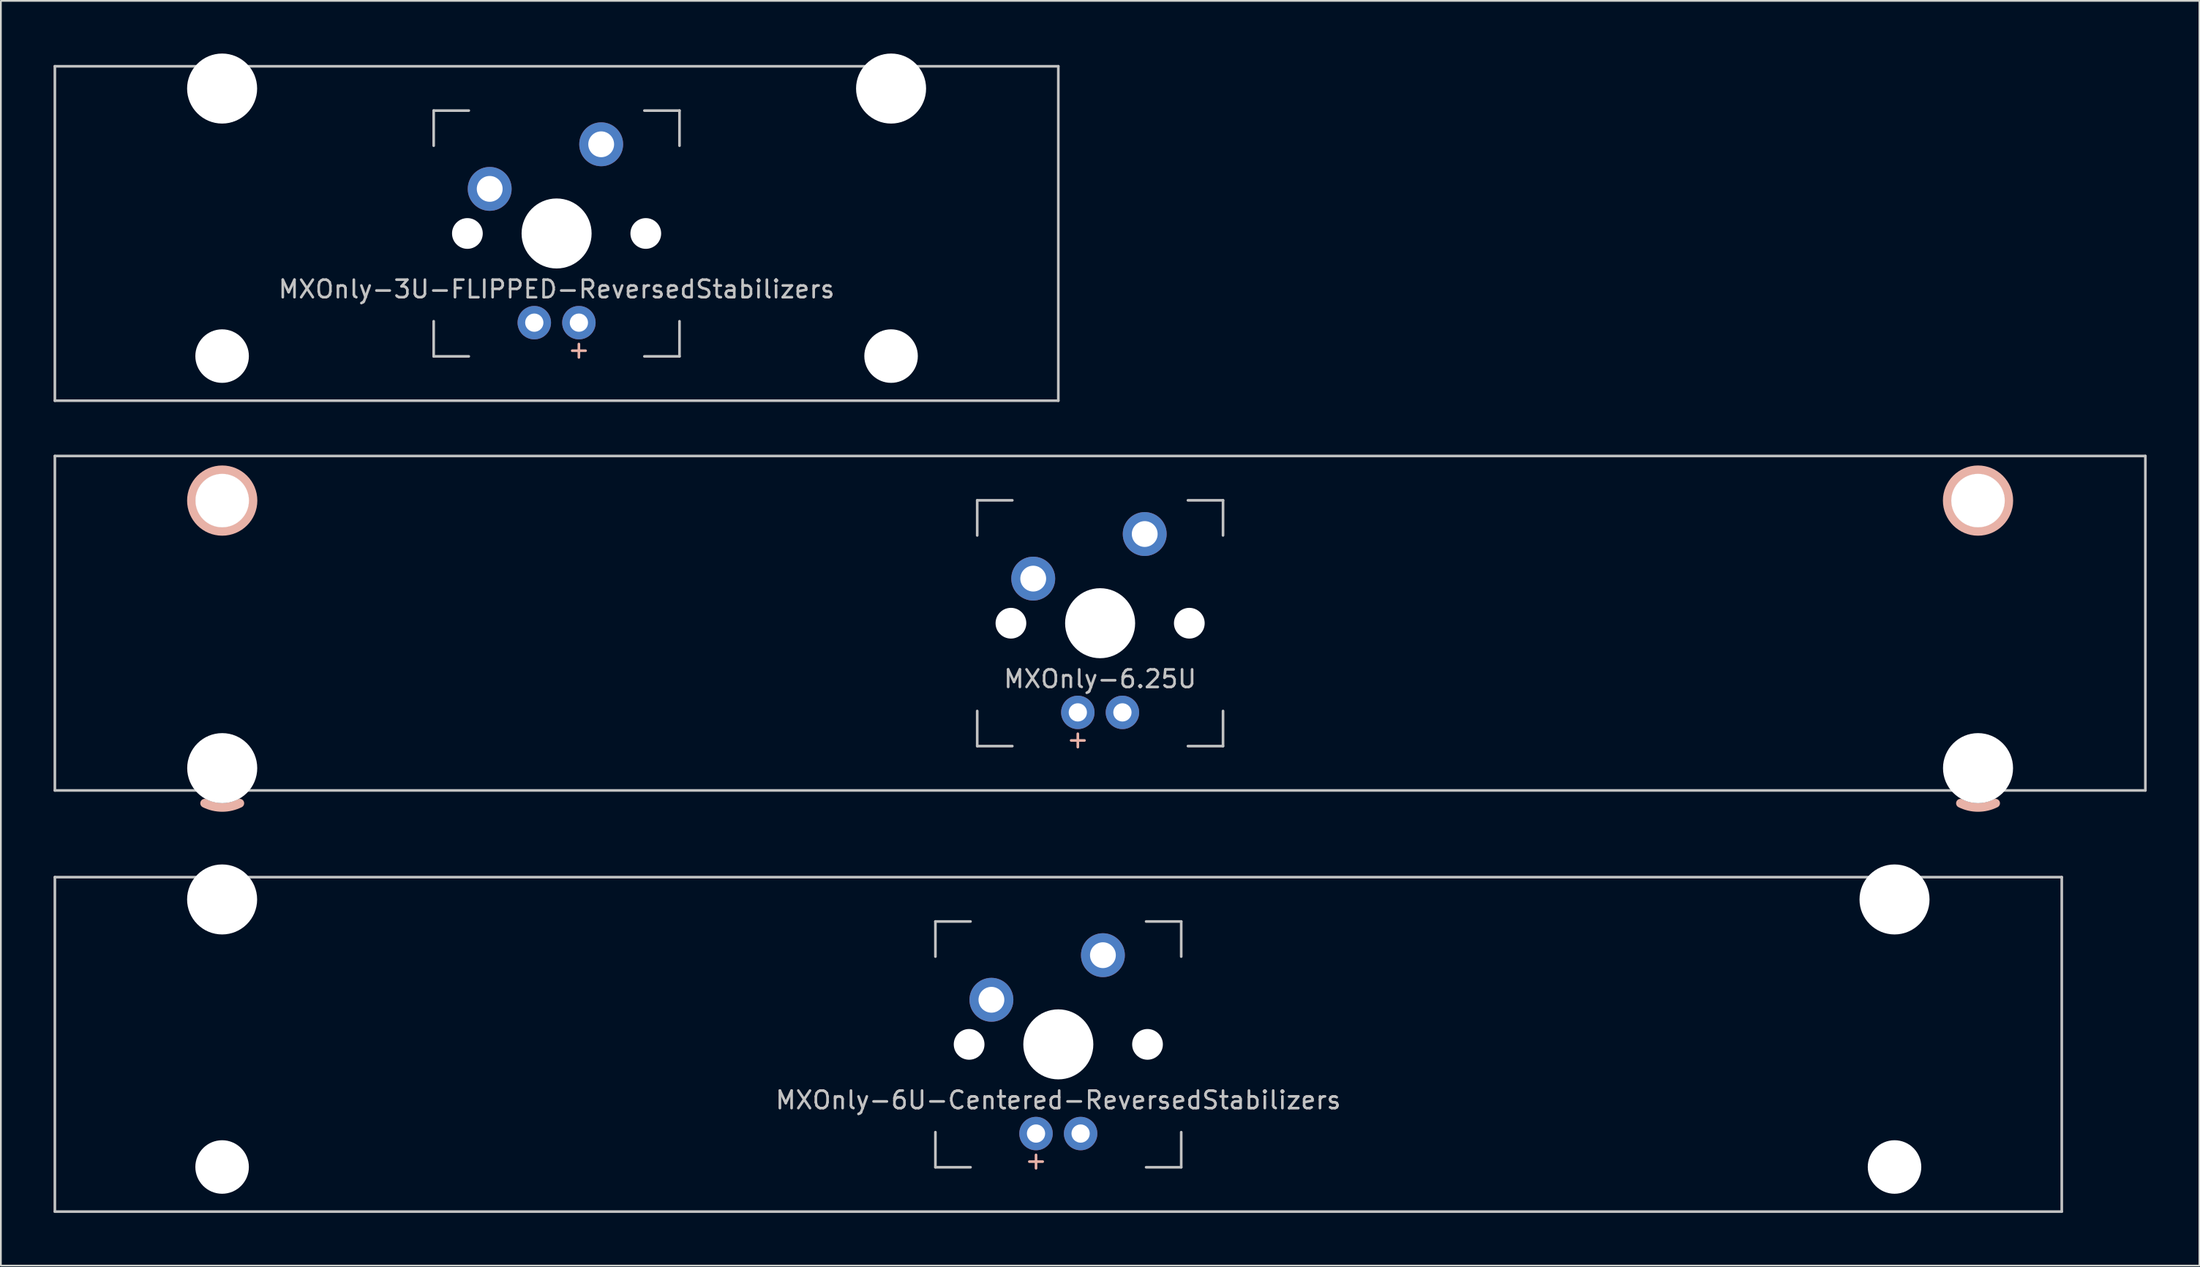
<source format=kicad_pcb>
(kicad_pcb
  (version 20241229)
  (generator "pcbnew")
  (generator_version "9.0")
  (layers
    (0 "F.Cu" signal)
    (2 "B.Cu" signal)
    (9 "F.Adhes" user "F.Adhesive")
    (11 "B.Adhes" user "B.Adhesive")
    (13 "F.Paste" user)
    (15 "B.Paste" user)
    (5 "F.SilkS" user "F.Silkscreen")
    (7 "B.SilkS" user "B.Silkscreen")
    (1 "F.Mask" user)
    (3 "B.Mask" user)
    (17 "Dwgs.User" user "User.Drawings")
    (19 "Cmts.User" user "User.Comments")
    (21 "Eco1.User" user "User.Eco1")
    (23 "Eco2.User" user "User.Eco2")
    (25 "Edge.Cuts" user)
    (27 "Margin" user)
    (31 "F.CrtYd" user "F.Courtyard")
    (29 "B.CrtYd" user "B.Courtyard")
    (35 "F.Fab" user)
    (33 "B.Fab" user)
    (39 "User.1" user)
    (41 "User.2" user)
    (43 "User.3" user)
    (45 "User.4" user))
  (footprint "MXOnly-6U-Centered-ReversedStabilizers"
    (layer "F.Cu")
    (at 57.225 56.439)
    (property "Reference" "MXOnly-6U-Centered-ReversedStabilizers" (at 0 3.175 0) (layer "Dwgs.User") (effects (font (size 1 1) (thickness 0.15))))
    (attr through_hole)
    (fp_line (start -57.15 -9.525) (end 57.15 -9.525) (stroke (width 0.15) (type solid)) (layer "Dwgs.User"))
    (fp_line (start -57.15 9.525) (end -57.15 -9.525) (stroke (width 0.15) (type solid)) (layer "Dwgs.User"))
    (fp_line (start -57.15 9.525) (end 57.15 9.525) (stroke (width 0.15) (type solid)) (layer "Dwgs.User"))
    (fp_line (start -7 -7) (end -7 -5) (stroke (width 0.15) (type solid)) (layer "Dwgs.User"))
    (fp_line (start -7 5) (end -7 7) (stroke (width 0.15) (type solid)) (layer "Dwgs.User"))
    (fp_line (start -7 7) (end -5 7) (stroke (width 0.15) (type solid)) (layer "Dwgs.User"))
    (fp_line (start -5 -7) (end -7 -7) (stroke (width 0.15) (type solid)) (layer "Dwgs.User"))
    (fp_line (start 5 -7) (end 7 -7) (stroke (width 0.15) (type solid)) (layer "Dwgs.User"))
    (fp_line (start 5 7) (end 7 7) (stroke (width 0.15) (type solid)) (layer "Dwgs.User"))
    (fp_line (start 7 -7) (end 7 -5) (stroke (width 0.15) (type solid)) (layer "Dwgs.User"))
    (fp_line (start 7 7) (end 7 5) (stroke (width 0.15) (type solid)) (layer "Dwgs.User"))
    (fp_line (start 57.15 -9.525) (end 57.15 9.525) (stroke (width 0.15) (type solid)) (layer "Dwgs.User"))
    (fp_text user "+" (at -1.27 6.604 0) (layer "B.SilkS") (effects (font (size 1 1) (thickness 0.15))))
    (pad "" np_thru_hole circle (at -47.625 -8.255) (size 3.988 3.988) (drill 3.988) (layers "*.Cu" "*.Mask"))
    (pad "" np_thru_hole circle (at -47.625 6.985) (size 3.048 3.048) (drill 3.048) (layers "*.Cu" "*.Mask"))
    (pad "" np_thru_hole circle (at -5.08 0 48.1) (size 1.75 1.75) (drill 1.75) (layers "*.Cu" "*.Mask"))
    (pad "" np_thru_hole circle (at 0 0) (size 3.988 3.988) (drill 3.988) (layers "*.Cu" "*.Mask"))
    (pad "" np_thru_hole circle (at 5.08 0 48.1) (size 1.75 1.75) (drill 1.75) (layers "*.Cu" "*.Mask"))
    (pad "" np_thru_hole circle (at 47.625 -8.255) (size 3.988 3.988) (drill 3.988) (layers "*.Cu" "*.Mask"))
    (pad "" np_thru_hole circle (at 47.625 6.985) (size 3.048 3.048) (drill 3.048) (layers "*.Cu" "*.Mask"))
    (pad "1" thru_hole circle (at -3.81 -2.54) (size 2.5 2.5) (drill 1.47) (layers "*.Cu" "*.Mask"))
    (pad "2" thru_hole circle (at 2.54 -5.08) (size 2.5 2.5) (drill 1.47) (layers "*.Cu" "*.Mask"))
    (pad "3" thru_hole circle (at -1.27 5.08) (size 1.905 1.905) (drill 1.04) (layers "*.Cu" "*.Mask"))
    (pad "4" thru_hole circle (at 1.27 5.08) (size 1.905 1.905) (drill 1.04) (layers "*.Cu" "*.Mask")))
  (footprint "MXOnly-6.25U"
    (layer "F.Cu")
    (at 59.606 32.449)
    (property "Reference" "MXOnly-6.25U" (at 0 3.175 0) (layer "Dwgs.User") (effects (font (size 1 1) (thickness 0.15))))
    (attr through_hole)
    (fp_arc (start -48.9999 10.255) (mid -49.999313 10.491068) (end -50.998849 10.255525) (stroke (width 0.5) (type solid)) (layer "B.SilkS"))
    (fp_arc (start 50.9999 10.255) (mid 50.000487 10.491068) (end 49.000951 10.255525) (stroke (width 0.5) (type solid)) (layer "B.SilkS"))
    (fp_circle (center -50 -6.985) (end -48.25 -6.985) (stroke (width 0.5) (type solid)) (fill no) (layer "B.SilkS"))
    (fp_circle (center 50 -6.985) (end 51.75 -6.985) (stroke (width 0.5) (type solid)) (fill no) (layer "B.SilkS"))
    (fp_line (start -59.531 -9.525) (end 59.531 -9.525) (stroke (width 0.15) (type solid)) (layer "Dwgs.User"))
    (fp_line (start -59.531 9.525) (end -59.531 -9.525) (stroke (width 0.15) (type solid)) (layer "Dwgs.User"))
    (fp_line (start -59.531 9.525) (end 59.531 9.525) (stroke (width 0.15) (type solid)) (layer "Dwgs.User"))
    (fp_line (start -7 -7) (end -7 -5) (stroke (width 0.15) (type solid)) (layer "Dwgs.User"))
    (fp_line (start -7 5) (end -7 7) (stroke (width 0.15) (type solid)) (layer "Dwgs.User"))
    (fp_line (start -7 7) (end -5 7) (stroke (width 0.15) (type solid)) (layer "Dwgs.User"))
    (fp_line (start -5 -7) (end -7 -7) (stroke (width 0.15) (type solid)) (layer "Dwgs.User"))
    (fp_line (start 5 -7) (end 7 -7) (stroke (width 0.15) (type solid)) (layer "Dwgs.User"))
    (fp_line (start 5 7) (end 7 7) (stroke (width 0.15) (type solid)) (layer "Dwgs.User"))
    (fp_line (start 7 -7) (end 7 -5) (stroke (width 0.15) (type solid)) (layer "Dwgs.User"))
    (fp_line (start 7 7) (end 7 5) (stroke (width 0.15) (type solid)) (layer "Dwgs.User"))
    (fp_line (start 59.531 -9.525) (end 59.531 9.525) (stroke (width 0.15) (type solid)) (layer "Dwgs.User"))
    (fp_text user "+" (at -1.27 6.604 0) (layer "B.SilkS") (effects (font (size 1 1) (thickness 0.15))))
    (pad "" np_thru_hole circle (at -50 -6.985) (size 3.048 3.048) (drill 3.048) (layers "*.Cu" "*.Mask"))
    (pad "" np_thru_hole circle (at -50 8.255) (size 3.988 3.988) (drill 3.988) (layers "*.Cu" "*.Mask"))
    (pad "" np_thru_hole circle (at -5.08 0 48.1) (size 1.75 1.75) (drill 1.75) (layers "*.Cu" "*.Mask"))
    (pad "" np_thru_hole circle (at 0 0) (size 3.988 3.988) (drill 3.988) (layers "*.Cu" "*.Mask"))
    (pad "" np_thru_hole circle (at 5.08 0 48.1) (size 1.75 1.75) (drill 1.75) (layers "*.Cu" "*.Mask"))
    (pad "" np_thru_hole circle (at 50 -6.985) (size 3.048 3.048) (drill 3.048) (layers "*.Cu" "*.Mask"))
    (pad "" np_thru_hole circle (at 50 8.255) (size 3.988 3.988) (drill 3.988) (layers "*.Cu" "*.Mask"))
    (pad "1" thru_hole circle (at -3.81 -2.54) (size 2.5 2.5) (drill 1.47) (layers "*.Cu" "*.Mask"))
    (pad "2" thru_hole circle (at 2.54 -5.08) (size 2.5 2.5) (drill 1.47) (layers "*.Cu" "*.Mask"))
    (pad "3" thru_hole circle (at -1.27 5.08) (size 1.905 1.905) (drill 1.04) (layers "*.Cu" "*.Mask"))
    (pad "4" thru_hole circle (at 1.27 5.08) (size 1.905 1.905) (drill 1.04) (layers "*.Cu" "*.Mask")))
  (footprint "MXOnly-3U-FLIPPED-ReversedStabilizers"
    (layer "F.Cu")
    (at 28.65 10.249)
    (property "Reference" "MXOnly-3U-FLIPPED-ReversedStabilizers" (at 0 3.175 0) (layer "Dwgs.User") (effects (font (size 1 1) (thickness 0.15))))
    (attr through_hole)
    (fp_line (start -28.575 -9.525) (end 28.575 -9.525) (stroke (width 0.15) (type solid)) (layer "Dwgs.User"))
    (fp_line (start -28.575 9.525) (end -28.575 -9.525) (stroke (width 0.15) (type solid)) (layer "Dwgs.User"))
    (fp_line (start -28.575 9.525) (end 28.575 9.525) (stroke (width 0.15) (type solid)) (layer "Dwgs.User"))
    (fp_line (start -7 -7) (end -7 -5) (stroke (width 0.15) (type solid)) (layer "Dwgs.User"))
    (fp_line (start -7 5) (end -7 7) (stroke (width 0.15) (type solid)) (layer "Dwgs.User"))
    (fp_line (start -7 7) (end -5 7) (stroke (width 0.15) (type solid)) (layer "Dwgs.User"))
    (fp_line (start -5 -7) (end -7 -7) (stroke (width 0.15) (type solid)) (layer "Dwgs.User"))
    (fp_line (start 5 -7) (end 7 -7) (stroke (width 0.15) (type solid)) (layer "Dwgs.User"))
    (fp_line (start 5 7) (end 7 7) (stroke (width 0.15) (type solid)) (layer "Dwgs.User"))
    (fp_line (start 7 -7) (end 7 -5) (stroke (width 0.15) (type solid)) (layer "Dwgs.User"))
    (fp_line (start 7 7) (end 7 5) (stroke (width 0.15) (type solid)) (layer "Dwgs.User"))
    (fp_line (start 28.575 -9.525) (end 28.575 9.525) (stroke (width 0.15) (type solid)) (layer "Dwgs.User"))
    (fp_text user "+" (at 1.27 6.604 0) (layer "B.SilkS") (effects (font (size 1 1) (thickness 0.15))))
    (pad "" np_thru_hole circle (at -19.05 -8.255) (size 3.988 3.988) (drill 3.988) (layers "*.Cu" "*.Mask"))
    (pad "" np_thru_hole circle (at -19.05 6.985) (size 3.048 3.048) (drill 3.048) (layers "*.Cu" "*.Mask"))
    (pad "" np_thru_hole circle (at -5.08 0 48.1) (size 1.75 1.75) (drill 1.75) (layers "*.Cu" "*.Mask"))
    (pad "" np_thru_hole circle (at 0 0) (size 3.988 3.988) (drill 3.988) (layers "*.Cu" "*.Mask"))
    (pad "" np_thru_hole circle (at 5.08 0 48.1) (size 1.75 1.75) (drill 1.75) (layers "*.Cu" "*.Mask"))
    (pad "" np_thru_hole circle (at 19.05 -8.255) (size 3.988 3.988) (drill 3.988) (layers "*.Cu" "*.Mask"))
    (pad "" np_thru_hole circle (at 19.05 6.985) (size 3.048 3.048) (drill 3.048) (layers "*.Cu" "*.Mask"))
    (pad "1" thru_hole circle (at -3.81 -2.54 48.1) (size 2.5 2.5) (drill 1.47) (layers "*.Cu" "*.Mask"))
    (pad "2" thru_hole circle (at 2.54 -5.08) (size 2.5 2.5) (drill 1.47) (layers "*.Cu" "*.Mask"))
    (pad "3" thru_hole circle (at 1.27 5.08) (size 1.905 1.905) (drill 1.04) (layers "*.Cu" "*.Mask"))
    (pad "4" thru_hole circle (at -1.27 5.08) (size 1.905 1.905) (drill 1.04) (layers "*.Cu" "*.Mask")))
  (gr_rect
    (start -3 -3)
    (end 122.213 69.039)
    (stroke (width 0.1) (type default))
    (fill no)
    (layer "Edge.Cuts")))
</source>
